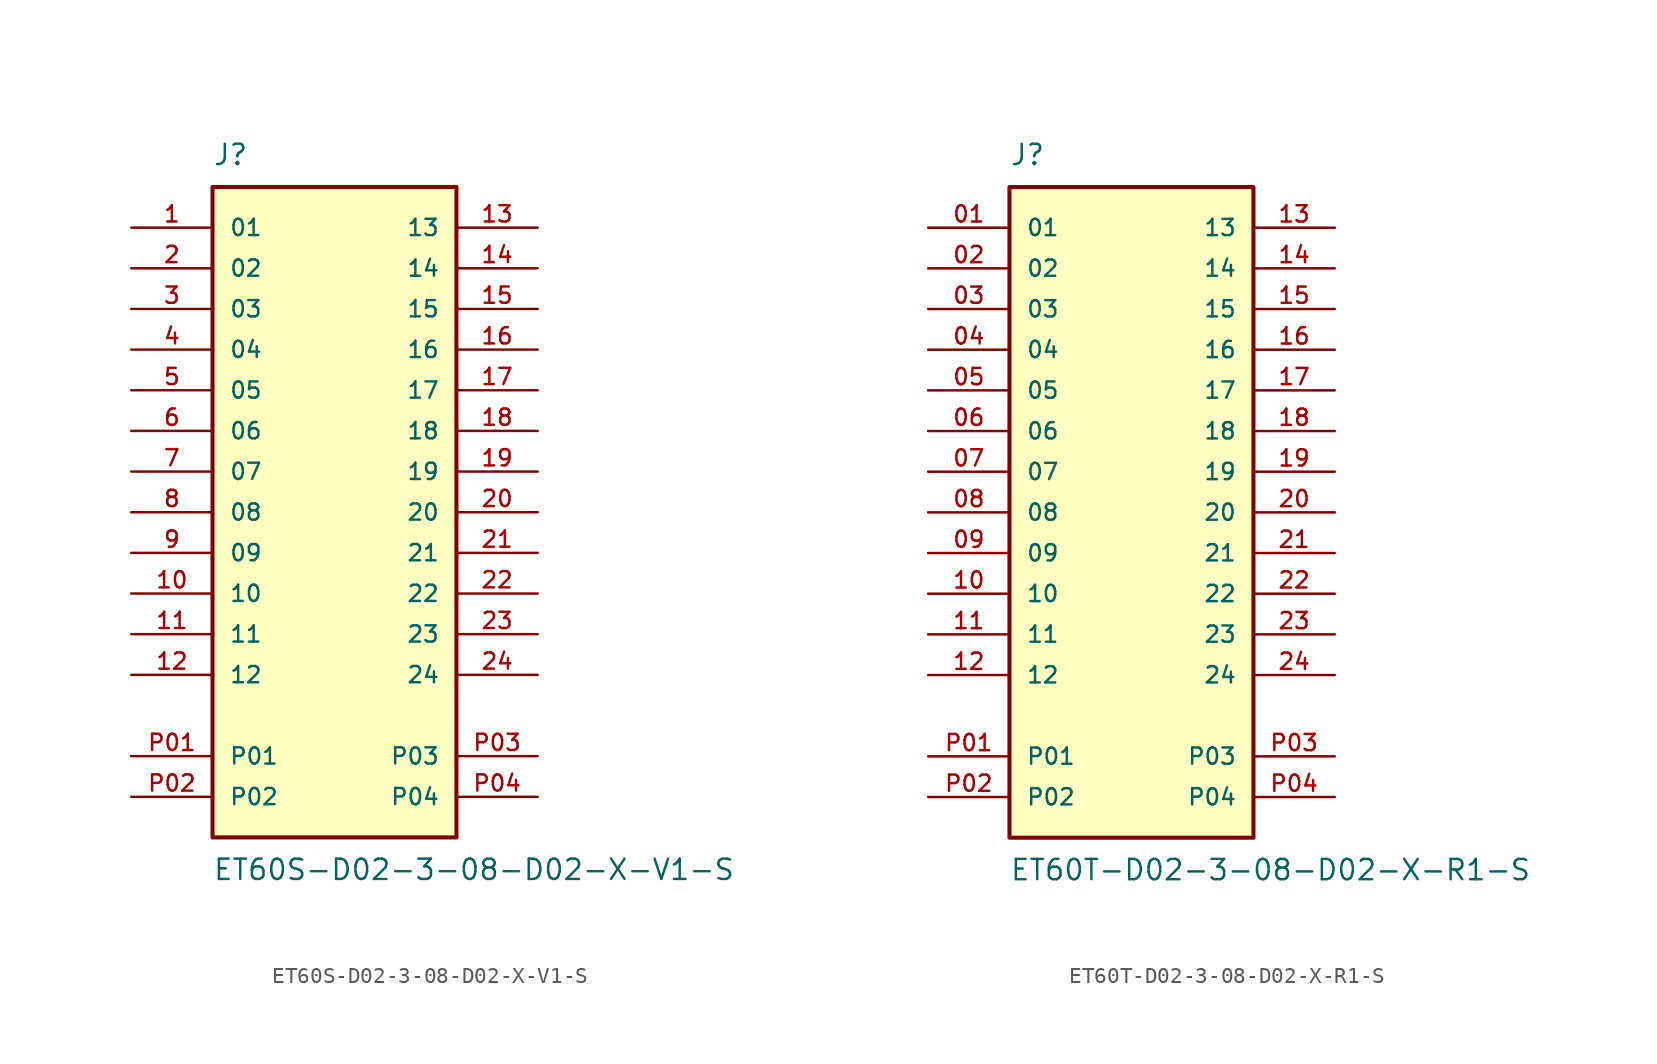
<source format=kicad_sym>
(kicad_symbol_lib
  (version 20241209)
  (generator "kicad_symbol_editor")
  (generator_version "9.0")
  (symbol "ET60S-D02-3-08-D02-X-V1-S"
    (pin_names
      (offset 1.016))
    (property "Reference" "J"
      (at -7.62 21.59 0)
      (effects (font (size 1.27 1.27)) (justify left bottom)))
    (property "Value" "ET60S-D02-3-08-D02-X-V1-S"
      (at -7.62 -21.59 0)
      (effects (font (size 1.27 1.27)) (justify left top)))
    (symbol "ET60S-D02-3-08-D02-X-V1-S_0_0"
      (rectangle (start -7.62 20.32) (end 7.62 -20.32) (stroke (width 0.254) (type default)) (fill (type background)))
      (pin passive line (at -12.7 17.78 0) (length 5.08) (name "01" (effects (font (size 1.016 1.016)))) (number "1" (effects (font (size 1.016 1.016)))))
      (pin passive line (at -12.7 15.24 0) (length 5.08) (name "02" (effects (font (size 1.016 1.016)))) (number "2" (effects (font (size 1.016 1.016)))))
      (pin passive line (at -12.7 12.7 0) (length 5.08) (name "03" (effects (font (size 1.016 1.016)))) (number "3" (effects (font (size 1.016 1.016)))))
      (pin passive line (at -12.7 10.16 0) (length 5.08) (name "04" (effects (font (size 1.016 1.016)))) (number "4" (effects (font (size 1.016 1.016)))))
      (pin passive line (at -12.7 7.62 0) (length 5.08) (name "05" (effects (font (size 1.016 1.016)))) (number "5" (effects (font (size 1.016 1.016)))))
      (pin passive line (at -12.7 5.08 0) (length 5.08) (name "06" (effects (font (size 1.016 1.016)))) (number "6" (effects (font (size 1.016 1.016)))))
      (pin passive line (at -12.7 2.54 0) (length 5.08) (name "07" (effects (font (size 1.016 1.016)))) (number "7" (effects (font (size 1.016 1.016)))))
      (pin passive line (at -12.7 0 0) (length 5.08) (name "08" (effects (font (size 1.016 1.016)))) (number "8" (effects (font (size 1.016 1.016)))))
      (pin passive line (at -12.7 -2.54 0) (length 5.08) (name "09" (effects (font (size 1.016 1.016)))) (number "9" (effects (font (size 1.016 1.016)))))
      (pin passive line (at -12.7 -5.08 0) (length 5.08) (name "10" (effects (font (size 1.016 1.016)))) (number "10" (effects (font (size 1.016 1.016)))))
      (pin passive line (at -12.7 -7.62 0) (length 5.08) (name "11" (effects (font (size 1.016 1.016)))) (number "11" (effects (font (size 1.016 1.016)))))
      (pin passive line (at -12.7 -10.16 0) (length 5.08) (name "12" (effects (font (size 1.016 1.016)))) (number "12" (effects (font (size 1.016 1.016)))))
      (pin passive line (at 12.7 17.78 180) (length 5.08) (name "13" (effects (font (size 1.016 1.016)))) (number "13" (effects (font (size 1.016 1.016)))))
      (pin passive line (at 12.7 15.24 180) (length 5.08) (name "14" (effects (font (size 1.016 1.016)))) (number "14" (effects (font (size 1.016 1.016)))))
      (pin passive line (at 12.7 12.7 180) (length 5.08) (name "15" (effects (font (size 1.016 1.016)))) (number "15" (effects (font (size 1.016 1.016)))))
      (pin passive line (at 12.7 10.16 180) (length 5.08) (name "16" (effects (font (size 1.016 1.016)))) (number "16" (effects (font (size 1.016 1.016)))))
      (pin passive line (at 12.7 7.62 180) (length 5.08) (name "17" (effects (font (size 1.016 1.016)))) (number "17" (effects (font (size 1.016 1.016)))))
      (pin passive line (at 12.7 5.08 180) (length 5.08) (name "18" (effects (font (size 1.016 1.016)))) (number "18" (effects (font (size 1.016 1.016)))))
      (pin passive line (at 12.7 2.54 180) (length 5.08) (name "19" (effects (font (size 1.016 1.016)))) (number "19" (effects (font (size 1.016 1.016)))))
      (pin passive line (at 12.7 0 180) (length 5.08) (name "20" (effects (font (size 1.016 1.016)))) (number "20" (effects (font (size 1.016 1.016)))))
      (pin passive line (at 12.7 -2.54 180) (length 5.08) (name "21" (effects (font (size 1.016 1.016)))) (number "21" (effects (font (size 1.016 1.016)))))
      (pin passive line (at 12.7 -5.08 180) (length 5.08) (name "22" (effects (font (size 1.016 1.016)))) (number "22" (effects (font (size 1.016 1.016)))))
      (pin passive line (at 12.7 -7.62 180) (length 5.08) (name "23" (effects (font (size 1.016 1.016)))) (number "23" (effects (font (size 1.016 1.016)))))
      (pin passive line (at 12.7 -10.16 180) (length 5.08) (name "24" (effects (font (size 1.016 1.016)))) (number "24" (effects (font (size 1.016 1.016))))))
    (symbol "ET60S-D02-3-08-D02-X-V1-S_1_0"
      (pin power_in line (at -12.7 -15.24 0) (length 5.08) (name "P01" (effects (font (size 1.016 1.016)))) (number "P01" (effects (font (size 1.016 1.016)))))
      (pin power_in line (at -12.7 -17.78 0) (length 5.08) (name "P02" (effects (font (size 1.016 1.016)))) (number "P02" (effects (font (size 1.016 1.016)))))
      (pin power_in line (at 12.7 -15.24 180) (length 5.08) (name "P03" (effects (font (size 1.016 1.016)))) (number "P03" (effects (font (size 1.016 1.016)))))
      (pin power_in line (at 12.7 -17.78 180) (length 5.08) (name "P04" (effects (font (size 1.016 1.016)))) (number "P04" (effects (font (size 1.016 1.016)))))))
  (symbol "ET60T-D02-3-08-D02-X-R1-S"
    (pin_names
      (offset 1.016))
    (property "Reference" "J"
      (at -7.62 21.59 0)
      (effects (font (size 1.27 1.27)) (justify left bottom)))
    (property "Value" "ET60T-D02-3-08-D02-X-R1-S"
      (at -7.62 -21.59 0)
      (effects (font (size 1.27 1.27)) (justify left top)))
    (symbol "ET60T-D02-3-08-D02-X-R1-S_0_0"
      (rectangle (start -7.62 20.32) (end 7.62 -20.32) (stroke (width 0.254) (type default)) (fill (type background)))
      (pin passive line (at -12.7 17.78 0) (length 5.08) (name "01" (effects (font (size 1.016 1.016)))) (number "01" (effects (font (size 1.016 1.016)))))
      (pin passive line (at -12.7 15.24 0) (length 5.08) (name "02" (effects (font (size 1.016 1.016)))) (number "02" (effects (font (size 1.016 1.016)))))
      (pin passive line (at -12.7 12.7 0) (length 5.08) (name "03" (effects (font (size 1.016 1.016)))) (number "03" (effects (font (size 1.016 1.016)))))
      (pin passive line (at -12.7 10.16 0) (length 5.08) (name "04" (effects (font (size 1.016 1.016)))) (number "04" (effects (font (size 1.016 1.016)))))
      (pin passive line (at -12.7 7.62 0) (length 5.08) (name "05" (effects (font (size 1.016 1.016)))) (number "05" (effects (font (size 1.016 1.016)))))
      (pin passive line (at -12.7 5.08 0) (length 5.08) (name "06" (effects (font (size 1.016 1.016)))) (number "06" (effects (font (size 1.016 1.016)))))
      (pin passive line (at -12.7 2.54 0) (length 5.08) (name "07" (effects (font (size 1.016 1.016)))) (number "07" (effects (font (size 1.016 1.016)))))
      (pin passive line (at -12.7 0 0) (length 5.08) (name "08" (effects (font (size 1.016 1.016)))) (number "08" (effects (font (size 1.016 1.016)))))
      (pin passive line (at -12.7 -2.54 0) (length 5.08) (name "09" (effects (font (size 1.016 1.016)))) (number "09" (effects (font (size 1.016 1.016)))))
      (pin passive line (at -12.7 -5.08 0) (length 5.08) (name "10" (effects (font (size 1.016 1.016)))) (number "10" (effects (font (size 1.016 1.016)))))
      (pin passive line (at -12.7 -7.62 0) (length 5.08) (name "11" (effects (font (size 1.016 1.016)))) (number "11" (effects (font (size 1.016 1.016)))))
      (pin passive line (at -12.7 -10.16 0) (length 5.08) (name "12" (effects (font (size 1.016 1.016)))) (number "12" (effects (font (size 1.016 1.016)))))
      (pin passive line (at 12.7 17.78 180) (length 5.08) (name "13" (effects (font (size 1.016 1.016)))) (number "13" (effects (font (size 1.016 1.016)))))
      (pin passive line (at 12.7 15.24 180) (length 5.08) (name "14" (effects (font (size 1.016 1.016)))) (number "14" (effects (font (size 1.016 1.016)))))
      (pin passive line (at 12.7 12.7 180) (length 5.08) (name "15" (effects (font (size 1.016 1.016)))) (number "15" (effects (font (size 1.016 1.016)))))
      (pin passive line (at 12.7 10.16 180) (length 5.08) (name "16" (effects (font (size 1.016 1.016)))) (number "16" (effects (font (size 1.016 1.016)))))
      (pin passive line (at 12.7 7.62 180) (length 5.08) (name "17" (effects (font (size 1.016 1.016)))) (number "17" (effects (font (size 1.016 1.016)))))
      (pin passive line (at 12.7 5.08 180) (length 5.08) (name "18" (effects (font (size 1.016 1.016)))) (number "18" (effects (font (size 1.016 1.016)))))
      (pin passive line (at 12.7 2.54 180) (length 5.08) (name "19" (effects (font (size 1.016 1.016)))) (number "19" (effects (font (size 1.016 1.016)))))
      (pin passive line (at 12.7 0 180) (length 5.08) (name "20" (effects (font (size 1.016 1.016)))) (number "20" (effects (font (size 1.016 1.016)))))
      (pin passive line (at 12.7 -2.54 180) (length 5.08) (name "21" (effects (font (size 1.016 1.016)))) (number "21" (effects (font (size 1.016 1.016)))))
      (pin passive line (at 12.7 -5.08 180) (length 5.08) (name "22" (effects (font (size 1.016 1.016)))) (number "22" (effects (font (size 1.016 1.016)))))
      (pin passive line (at 12.7 -7.62 180) (length 5.08) (name "23" (effects (font (size 1.016 1.016)))) (number "23" (effects (font (size 1.016 1.016)))))
      (pin passive line (at 12.7 -10.16 180) (length 5.08) (name "24" (effects (font (size 1.016 1.016)))) (number "24" (effects (font (size 1.016 1.016))))))
    (symbol "ET60T-D02-3-08-D02-X-R1-S_1_0"
      (pin power_in line (at -12.7 -15.24 0) (length 5.08) (name "P01" (effects (font (size 1.016 1.016)))) (number "P01" (effects (font (size 1.016 1.016)))))
      (pin power_in line (at -12.7 -17.78 0) (length 5.08) (name "P02" (effects (font (size 1.016 1.016)))) (number "P02" (effects (font (size 1.016 1.016)))))
      (pin power_in line (at 12.7 -15.24 180) (length 5.08) (name "P03" (effects (font (size 1.016 1.016)))) (number "P03" (effects (font (size 1.016 1.016)))))
      (pin power_in line (at 12.7 -17.78 180) (length 5.08) (name "P04" (effects (font (size 1.016 1.016)))) (number "P04" (effects (font (size 1.016 1.016))))))))
</source>
